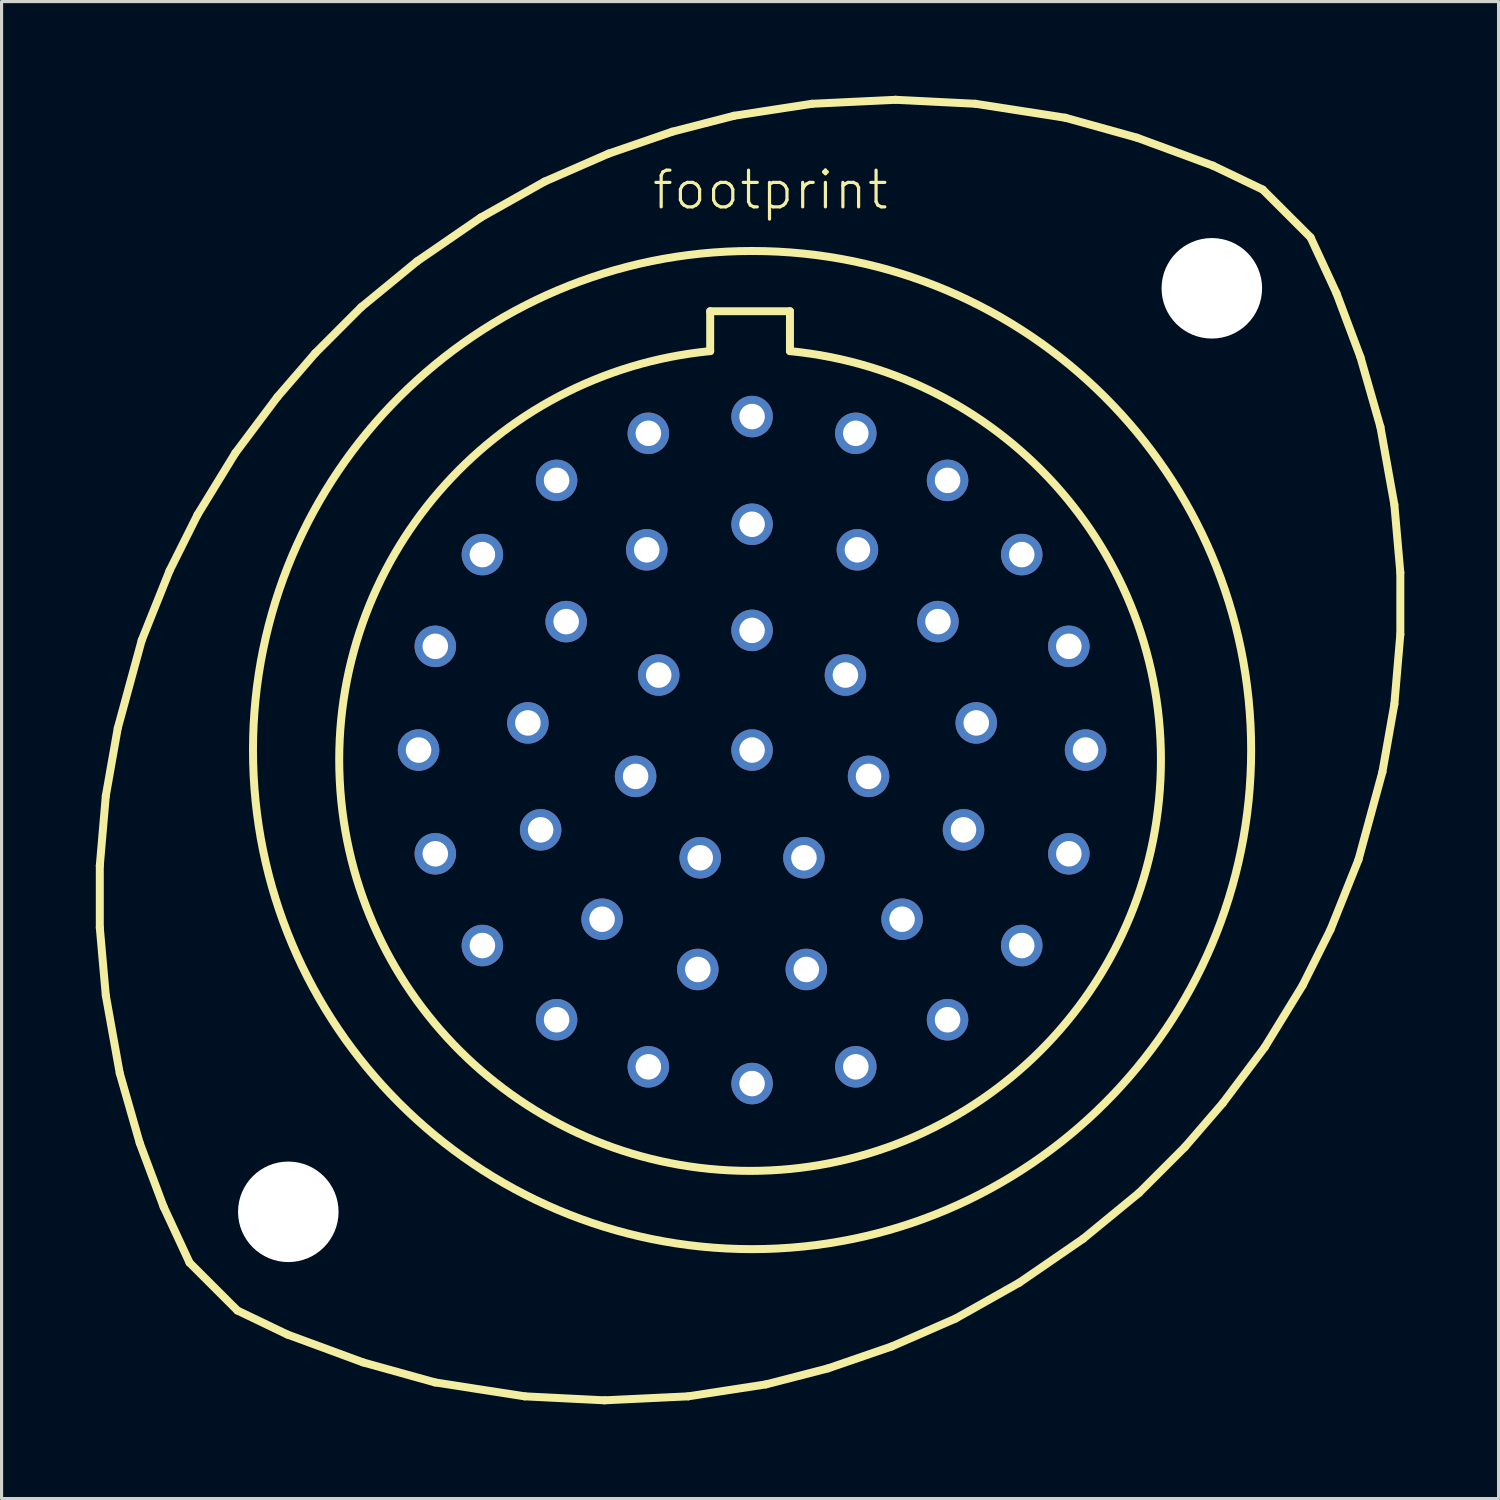
<source format=kicad_pcb>
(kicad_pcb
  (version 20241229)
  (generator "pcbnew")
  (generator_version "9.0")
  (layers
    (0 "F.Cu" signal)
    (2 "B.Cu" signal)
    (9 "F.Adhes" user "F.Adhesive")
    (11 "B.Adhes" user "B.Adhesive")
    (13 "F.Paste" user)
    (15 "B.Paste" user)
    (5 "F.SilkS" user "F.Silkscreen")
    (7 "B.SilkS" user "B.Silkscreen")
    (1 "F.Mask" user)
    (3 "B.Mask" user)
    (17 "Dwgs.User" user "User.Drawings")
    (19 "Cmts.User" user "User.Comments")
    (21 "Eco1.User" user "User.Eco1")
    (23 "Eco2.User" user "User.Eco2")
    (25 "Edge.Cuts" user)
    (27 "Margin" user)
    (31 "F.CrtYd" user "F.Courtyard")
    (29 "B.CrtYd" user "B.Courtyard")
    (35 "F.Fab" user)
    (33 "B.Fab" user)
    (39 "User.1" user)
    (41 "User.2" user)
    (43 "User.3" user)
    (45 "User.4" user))
  (footprint "footprint"
    (layer "F.Cu")
    (at 20.892 20.828)
    (property "Reference" "footprint" (at -3.239 -17.145 0) (layer "F.SilkS") (effects (font (size 1.168 1.168) (thickness 0.102)) (justify left bottom)))
    (fp_line (start -20.765 3.683) (end -20.574 1.46) (stroke (width 0.254) (type solid)) (layer "F.SilkS"))
    (fp_line (start -20.765 5.652) (end -20.765 3.683) (stroke (width 0.254) (type solid)) (layer "F.SilkS"))
    (fp_line (start -20.574 1.46) (end -20.193 -0.699) (stroke (width 0.254) (type solid)) (layer "F.SilkS"))
    (fp_line (start -20.574 7.811) (end -20.765 5.652) (stroke (width 0.254) (type solid)) (layer "F.SilkS"))
    (fp_line (start -20.193 -0.699) (end -19.431 -3.493) (stroke (width 0.254) (type solid)) (layer "F.SilkS"))
    (fp_line (start -20.13 10.287) (end -20.574 7.811) (stroke (width 0.254) (type solid)) (layer "F.SilkS"))
    (fp_line (start -19.494 12.509) (end -20.13 10.287) (stroke (width 0.254) (type solid)) (layer "F.SilkS"))
    (fp_line (start -19.431 -3.493) (end -18.542 -5.715) (stroke (width 0.254) (type solid)) (layer "F.SilkS"))
    (fp_line (start -18.733 14.541) (end -19.494 12.509) (stroke (width 0.254) (type solid)) (layer "F.SilkS"))
    (fp_line (start -18.542 -5.715) (end -17.653 -7.493) (stroke (width 0.254) (type solid)) (layer "F.SilkS"))
    (fp_line (start -17.907 16.32) (end -18.733 14.541) (stroke (width 0.254) (type solid)) (layer "F.SilkS"))
    (fp_line (start -17.907 16.32) (end -16.383 17.843) (stroke (width 0.254) (type solid)) (layer "F.SilkS"))
    (fp_line (start -17.653 -7.493) (end -16.447 -9.461) (stroke (width 0.254) (type solid)) (layer "F.SilkS"))
    (fp_line (start -16.447 -9.461) (end -15.113 -11.239) (stroke (width 0.254) (type solid)) (layer "F.SilkS"))
    (fp_line (start -15.113 -11.239) (end -13.906 -12.636) (stroke (width 0.254) (type solid)) (layer "F.SilkS"))
    (fp_line (start -14.796 18.605) (end -16.383 17.843) (stroke (width 0.254) (type solid)) (layer "F.SilkS"))
    (fp_line (start -13.906 -12.636) (end -12.446 -14.097) (stroke (width 0.254) (type solid)) (layer "F.SilkS"))
    (fp_line (start -12.446 -14.097) (end -10.668 -15.557) (stroke (width 0.254) (type solid)) (layer "F.SilkS"))
    (fp_line (start -12.383 19.494) (end -14.796 18.605) (stroke (width 0.254) (type solid)) (layer "F.SilkS"))
    (fp_line (start -10.668 -15.557) (end -8.636 -16.954) (stroke (width 0.254) (type solid)) (layer "F.SilkS"))
    (fp_line (start -10.097 20.13) (end -12.383 19.494) (stroke (width 0.254) (type solid)) (layer "F.SilkS"))
    (fp_line (start -8.636 -16.954) (end -6.604 -18.098) (stroke (width 0.254) (type solid)) (layer "F.SilkS"))
    (fp_line (start -7.239 20.574) (end -10.097 20.13) (stroke (width 0.254) (type solid)) (layer "F.SilkS"))
    (fp_line (start -6.604 -18.098) (end -4.572 -18.986) (stroke (width 0.254) (type solid)) (layer "F.SilkS"))
    (fp_line (start -4.699 20.701) (end -7.239 20.574) (stroke (width 0.254) (type solid)) (layer "F.SilkS"))
    (fp_line (start -4.572 -18.986) (end -2.54 -19.685) (stroke (width 0.254) (type solid)) (layer "F.SilkS"))
    (fp_line (start -2.54 -19.685) (end -0.572 -20.193) (stroke (width 0.254) (type solid)) (layer "F.SilkS"))
    (fp_line (start -2.032 20.574) (end -4.699 20.701) (stroke (width 0.254) (type solid)) (layer "F.SilkS"))
    (fp_line (start -1.333 -13.97) (end 1.206 -13.97) (stroke (width 0.254) (type solid)) (layer "F.SilkS"))
    (fp_line (start -1.333 -12.7) (end -1.333 -13.97) (stroke (width 0.254) (type solid)) (layer "F.SilkS"))
    (fp_line (start -0.572 -20.193) (end 1.905 -20.574) (stroke (width 0.254) (type solid)) (layer "F.SilkS"))
    (fp_line (start 0.445 20.193) (end -2.032 20.574) (stroke (width 0.254) (type solid)) (layer "F.SilkS"))
    (fp_line (start 1.206 -13.97) (end 1.206 -12.7) (stroke (width 0.254) (type solid)) (layer "F.SilkS"))
    (fp_line (start 1.905 -20.574) (end 4.572 -20.701) (stroke (width 0.254) (type solid)) (layer "F.SilkS"))
    (fp_line (start 2.413 19.685) (end 0.445 20.193) (stroke (width 0.254) (type solid)) (layer "F.SilkS"))
    (fp_line (start 4.445 18.986) (end 2.413 19.685) (stroke (width 0.254) (type solid)) (layer "F.SilkS"))
    (fp_line (start 4.572 -20.701) (end 7.112 -20.574) (stroke (width 0.254) (type solid)) (layer "F.SilkS"))
    (fp_line (start 6.477 18.098) (end 4.445 18.986) (stroke (width 0.254) (type solid)) (layer "F.SilkS"))
    (fp_line (start 7.112 -20.574) (end 9.97 -20.13) (stroke (width 0.254) (type solid)) (layer "F.SilkS"))
    (fp_line (start 8.509 16.954) (end 6.477 18.098) (stroke (width 0.254) (type solid)) (layer "F.SilkS"))
    (fp_line (start 9.97 -20.13) (end 12.255 -19.494) (stroke (width 0.254) (type solid)) (layer "F.SilkS"))
    (fp_line (start 10.541 15.557) (end 8.509 16.954) (stroke (width 0.254) (type solid)) (layer "F.SilkS"))
    (fp_line (start 12.255 -19.494) (end 14.668 -18.605) (stroke (width 0.254) (type solid)) (layer "F.SilkS"))
    (fp_line (start 12.319 14.097) (end 10.541 15.557) (stroke (width 0.254) (type solid)) (layer "F.SilkS"))
    (fp_line (start 13.78 12.636) (end 12.319 14.097) (stroke (width 0.254) (type solid)) (layer "F.SilkS"))
    (fp_line (start 14.668 -18.605) (end 16.256 -17.843) (stroke (width 0.254) (type solid)) (layer "F.SilkS"))
    (fp_line (start 14.986 11.239) (end 13.78 12.636) (stroke (width 0.254) (type solid)) (layer "F.SilkS"))
    (fp_line (start 16.256 -17.843) (end 17.78 -16.32) (stroke (width 0.254) (type solid)) (layer "F.SilkS"))
    (fp_line (start 16.32 9.461) (end 14.986 11.239) (stroke (width 0.254) (type solid)) (layer "F.SilkS"))
    (fp_line (start 17.526 7.493) (end 16.32 9.461) (stroke (width 0.254) (type solid)) (layer "F.SilkS"))
    (fp_line (start 17.78 -16.32) (end 18.605 -14.541) (stroke (width 0.254) (type solid)) (layer "F.SilkS"))
    (fp_line (start 18.415 5.715) (end 17.526 7.493) (stroke (width 0.254) (type solid)) (layer "F.SilkS"))
    (fp_line (start 18.605 -14.541) (end 19.367 -12.509) (stroke (width 0.254) (type solid)) (layer "F.SilkS"))
    (fp_line (start 19.304 3.493) (end 18.415 5.715) (stroke (width 0.254) (type solid)) (layer "F.SilkS"))
    (fp_line (start 19.367 -12.509) (end 20.003 -10.287) (stroke (width 0.254) (type solid)) (layer "F.SilkS"))
    (fp_line (start 20.003 -10.287) (end 20.447 -7.811) (stroke (width 0.254) (type solid)) (layer "F.SilkS"))
    (fp_line (start 20.066 0.699) (end 19.304 3.493) (stroke (width 0.254) (type solid)) (layer "F.SilkS"))
    (fp_line (start 20.447 -7.811) (end 20.637 -5.652) (stroke (width 0.254) (type solid)) (layer "F.SilkS"))
    (fp_line (start 20.447 -1.46) (end 20.066 0.699) (stroke (width 0.254) (type solid)) (layer "F.SilkS"))
    (fp_line (start 20.637 -5.652) (end 20.637 -3.683) (stroke (width 0.254) (type solid)) (layer "F.SilkS"))
    (fp_line (start 20.637 -3.683) (end 20.447 -1.46) (stroke (width 0.254) (type solid)) (layer "F.SilkS"))
    (fp_arc (start 1.2065 -12.7) (mid -0.0635 13.396803) (end -1.3335 -12.7) (stroke (width 0.254) (type solid)) (layer "F.SilkS"))
    (fp_circle (center 0 0) (end 15.888 0) (stroke (width 0.254) (type solid)) (fill no) (layer "F.SilkS"))
    (pad "" np_thru_hole circle (at -14.764 14.7) (size 3.2 3.2) (drill 3.2) (layers "*.Cu" "*.Mask"))
    (pad "" np_thru_hole circle (at 14.636 -14.7) (size 3.2 3.2) (drill 3.2) (layers "*.Cu" "*.Mask"))
    (pad "A" thru_hole circle (at 0 -10.617) (size 1.321 1.321) (drill 0.813) (layers "*.Cu" "*.Mask"))
    (pad "A'" thru_hole circle (at 7.137 -0.864) (size 1.321 1.321) (drill 0.813) (layers "*.Cu" "*.Mask"))
    (pad "B" thru_hole circle (at 3.302 -10.084) (size 1.321 1.321) (drill 0.813) (layers "*.Cu" "*.Mask"))
    (pad "B'" thru_hole circle (at 6.731 2.54) (size 1.321 1.321) (drill 0.813) (layers "*.Cu" "*.Mask"))
    (pad "C" thru_hole circle (at 6.223 -8.585) (size 1.321 1.321) (drill 0.813) (layers "*.Cu" "*.Mask"))
    (pad "C'" thru_hole circle (at 4.775 5.385) (size 1.321 1.321) (drill 0.813) (layers "*.Cu" "*.Mask"))
    (pad "D" thru_hole circle (at 8.585 -6.223) (size 1.321 1.321) (drill 0.813) (layers "*.Cu" "*.Mask"))
    (pad "D'" thru_hole circle (at 1.727 6.985) (size 1.321 1.321) (drill 0.813) (layers "*.Cu" "*.Mask"))
    (pad "E" thru_hole circle (at 10.084 -3.302) (size 1.321 1.321) (drill 0.813) (layers "*.Cu" "*.Mask"))
    (pad "E'" thru_hole circle (at -1.727 6.985) (size 1.321 1.321) (drill 0.813) (layers "*.Cu" "*.Mask"))
    (pad "F" thru_hole circle (at 10.617 0) (size 1.321 1.321) (drill 0.813) (layers "*.Cu" "*.Mask"))
    (pad "F'" thru_hole circle (at -4.775 5.385) (size 1.321 1.321) (drill 0.813) (layers "*.Cu" "*.Mask"))
    (pad "G" thru_hole circle (at 10.084 3.302) (size 1.321 1.321) (drill 0.813) (layers "*.Cu" "*.Mask"))
    (pad "G'" thru_hole circle (at -6.731 2.54) (size 1.321 1.321) (drill 0.813) (layers "*.Cu" "*.Mask"))
    (pad "H" thru_hole circle (at 8.585 6.223) (size 1.321 1.321) (drill 0.813) (layers "*.Cu" "*.Mask"))
    (pad "H'" thru_hole circle (at -7.137 -0.864) (size 1.321 1.321) (drill 0.813) (layers "*.Cu" "*.Mask"))
    (pad "I'" thru_hole circle (at -5.918 -4.089) (size 1.321 1.321) (drill 0.813) (layers "*.Cu" "*.Mask"))
    (pad "J" thru_hole circle (at 6.223 8.585) (size 1.321 1.321) (drill 0.813) (layers "*.Cu" "*.Mask"))
    (pad "J'" thru_hole circle (at -3.353 -6.375) (size 1.321 1.321) (drill 0.813) (layers "*.Cu" "*.Mask"))
    (pad "K" thru_hole circle (at 3.302 10.084) (size 1.321 1.321) (drill 0.813) (layers "*.Cu" "*.Mask"))
    (pad "K'" thru_hole circle (at 0 -3.81) (size 1.321 1.321) (drill 0.813) (layers "*.Cu" "*.Mask"))
    (pad "L" thru_hole circle (at 0 10.617) (size 1.321 1.321) (drill 0.813) (layers "*.Cu" "*.Mask"))
    (pad "M" thru_hole circle (at -3.302 10.084) (size 1.321 1.321) (drill 0.813) (layers "*.Cu" "*.Mask"))
    (pad "M'" thru_hole circle (at 2.972 -2.388) (size 1.321 1.321) (drill 0.813) (layers "*.Cu" "*.Mask"))
    (pad "N" thru_hole circle (at -6.223 8.585) (size 1.321 1.321) (drill 0.813) (layers "*.Cu" "*.Mask"))
    (pad "N'" thru_hole circle (at 3.708 0.838) (size 1.321 1.321) (drill 0.813) (layers "*.Cu" "*.Mask"))
    (pad "P" thru_hole circle (at -8.585 6.223) (size 1.321 1.321) (drill 0.813) (layers "*.Cu" "*.Mask"))
    (pad "P'" thru_hole circle (at 1.651 3.429) (size 1.321 1.321) (drill 0.813) (layers "*.Cu" "*.Mask"))
    (pad "Q'" thru_hole circle (at -1.651 3.429) (size 1.321 1.321) (drill 0.813) (layers "*.Cu" "*.Mask"))
    (pad "R" thru_hole circle (at -10.084 3.302) (size 1.321 1.321) (drill 0.813) (layers "*.Cu" "*.Mask"))
    (pad "R'" thru_hole circle (at -3.708 0.838) (size 1.321 1.321) (drill 0.813) (layers "*.Cu" "*.Mask"))
    (pad "S" thru_hole circle (at -10.617 0) (size 1.321 1.321) (drill 0.813) (layers "*.Cu" "*.Mask"))
    (pad "S'" thru_hole circle (at -2.972 -2.388) (size 1.321 1.321) (drill 0.813) (layers "*.Cu" "*.Mask"))
    (pad "T" thru_hole circle (at -10.084 -3.302) (size 1.321 1.321) (drill 0.813) (layers "*.Cu" "*.Mask"))
    (pad "T'" thru_hole circle (at 0 0) (size 1.321 1.321) (drill 0.813) (layers "*.Cu" "*.Mask"))
    (pad "U" thru_hole circle (at -8.585 -6.223) (size 1.321 1.321) (drill 0.813) (layers "*.Cu" "*.Mask"))
    (pad "V" thru_hole circle (at -6.223 -8.585) (size 1.321 1.321) (drill 0.813) (layers "*.Cu" "*.Mask"))
    (pad "W" thru_hole circle (at -3.302 -10.084) (size 1.321 1.321) (drill 0.813) (layers "*.Cu" "*.Mask"))
    (pad "X" thru_hole circle (at 0 -7.188) (size 1.321 1.321) (drill 0.813) (layers "*.Cu" "*.Mask"))
    (pad "Y" thru_hole circle (at 3.353 -6.375) (size 1.321 1.321) (drill 0.813) (layers "*.Cu" "*.Mask"))
    (pad "Z" thru_hole circle (at 5.918 -4.089) (size 1.321 1.321) (drill 0.813) (layers "*.Cu" "*.Mask")))
  (gr_rect
    (start -3 -3)
    (end 44.656 44.656)
    (stroke (width 0.1) (type default))
    (fill no)
    (layer "Edge.Cuts")))
</source>
